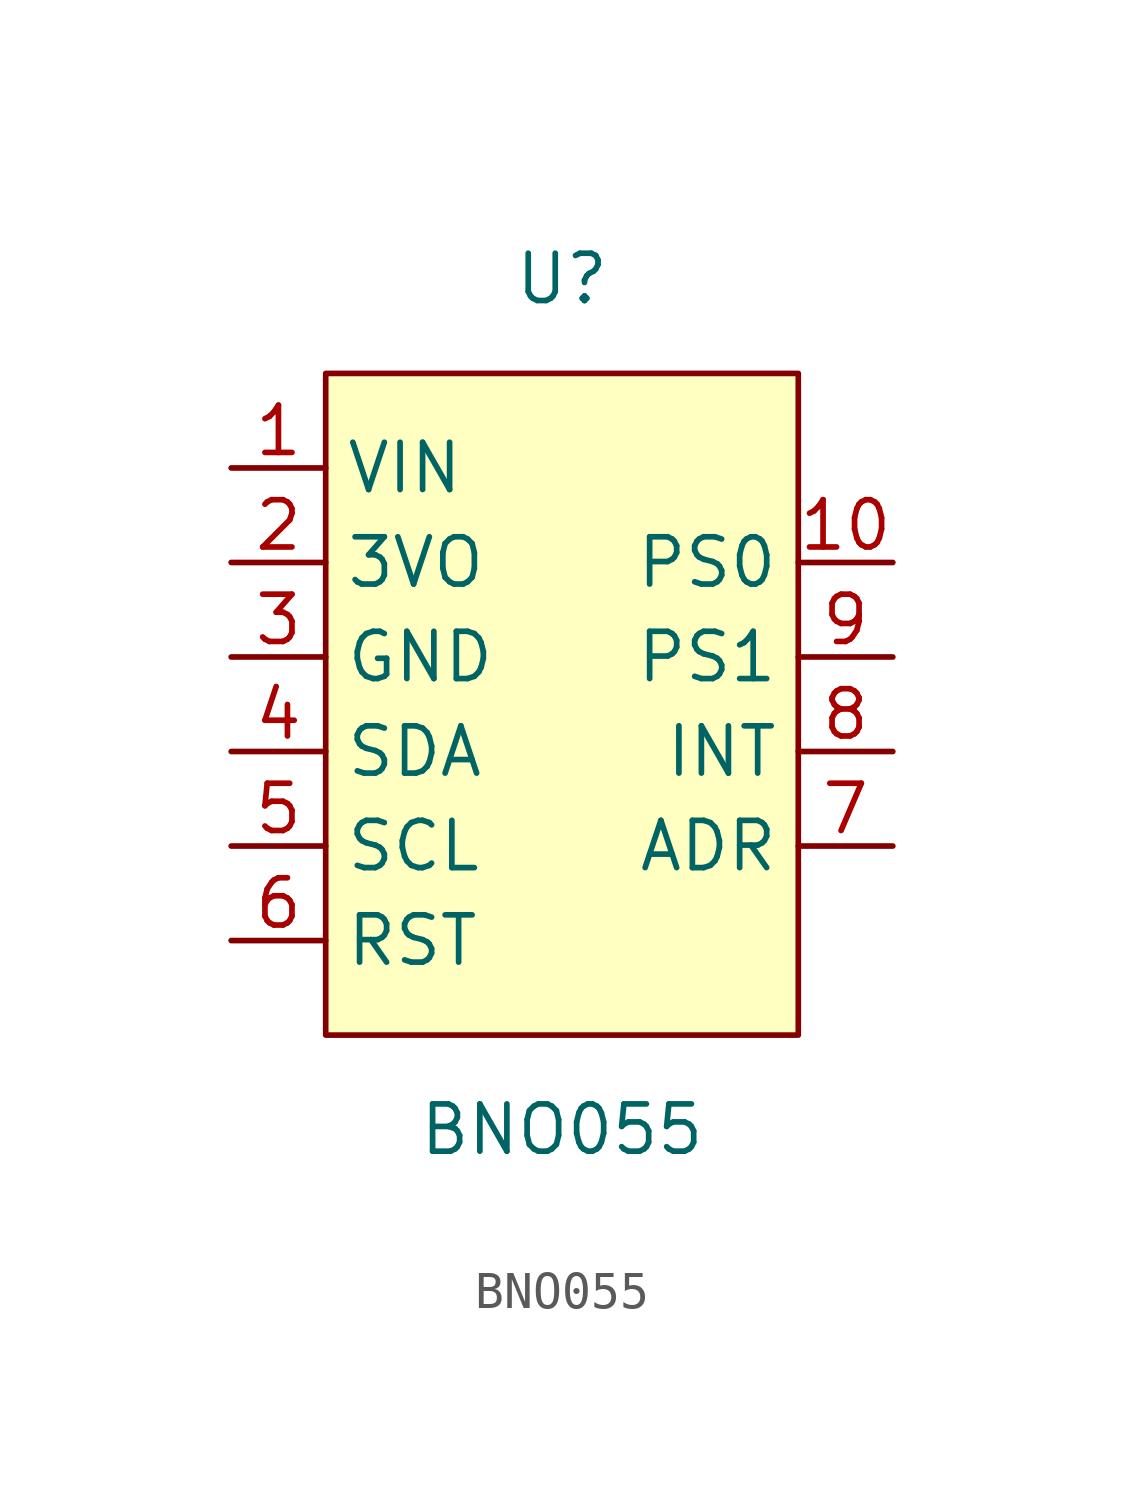
<source format=kicad_sym>
(kicad_symbol_lib
  (version 20200126)
  (host kicad_symbol_editor "5.99.0-unknown-ad88874~101~ubuntu20.04.1")
  (symbol "JBC_Adafruit:BNO055"
    (property "Reference" "U"
      (at 0 11.43 0))
    (property "Value" "BNO055"
      (at 0 -11.43 0))
    (symbol "BNO055_0_1"
      (rectangle (start -6.35 8.89) (end 6.35 -8.89) (stroke (width 0.152)) (fill (type background))))
    (symbol "BNO055_1_1"
      (pin input line (at -8.89 6.35 0) (length 2.54) (name "VIN") (number "1"))
      (pin input line (at -8.89 3.81 0) (length 2.54) (name "3VO") (number "2"))
      (pin input line (at -8.89 1.27 0) (length 2.54) (name "GND") (number "3"))
      (pin input line (at -8.89 -1.27 0) (length 2.54) (name "SDA") (number "4"))
      (pin input line (at -8.89 -3.81 0) (length 2.54) (name "SCL") (number "5"))
      (pin input line (at -8.89 -6.35 0) (length 2.54) (name "RST") (number "6"))
      (pin input line (at 8.89 3.81 180) (length 2.54) (name "PS0") (number "10"))
      (pin input line (at 8.89 1.27 180) (length 2.54) (name "PS1") (number "9"))
      (pin input line (at 8.89 -1.27 180) (length 2.54) (name "INT") (number "8"))
      (pin input line (at 8.89 -3.81 180) (length 2.54) (name "ADR") (number "7")))))
</source>
